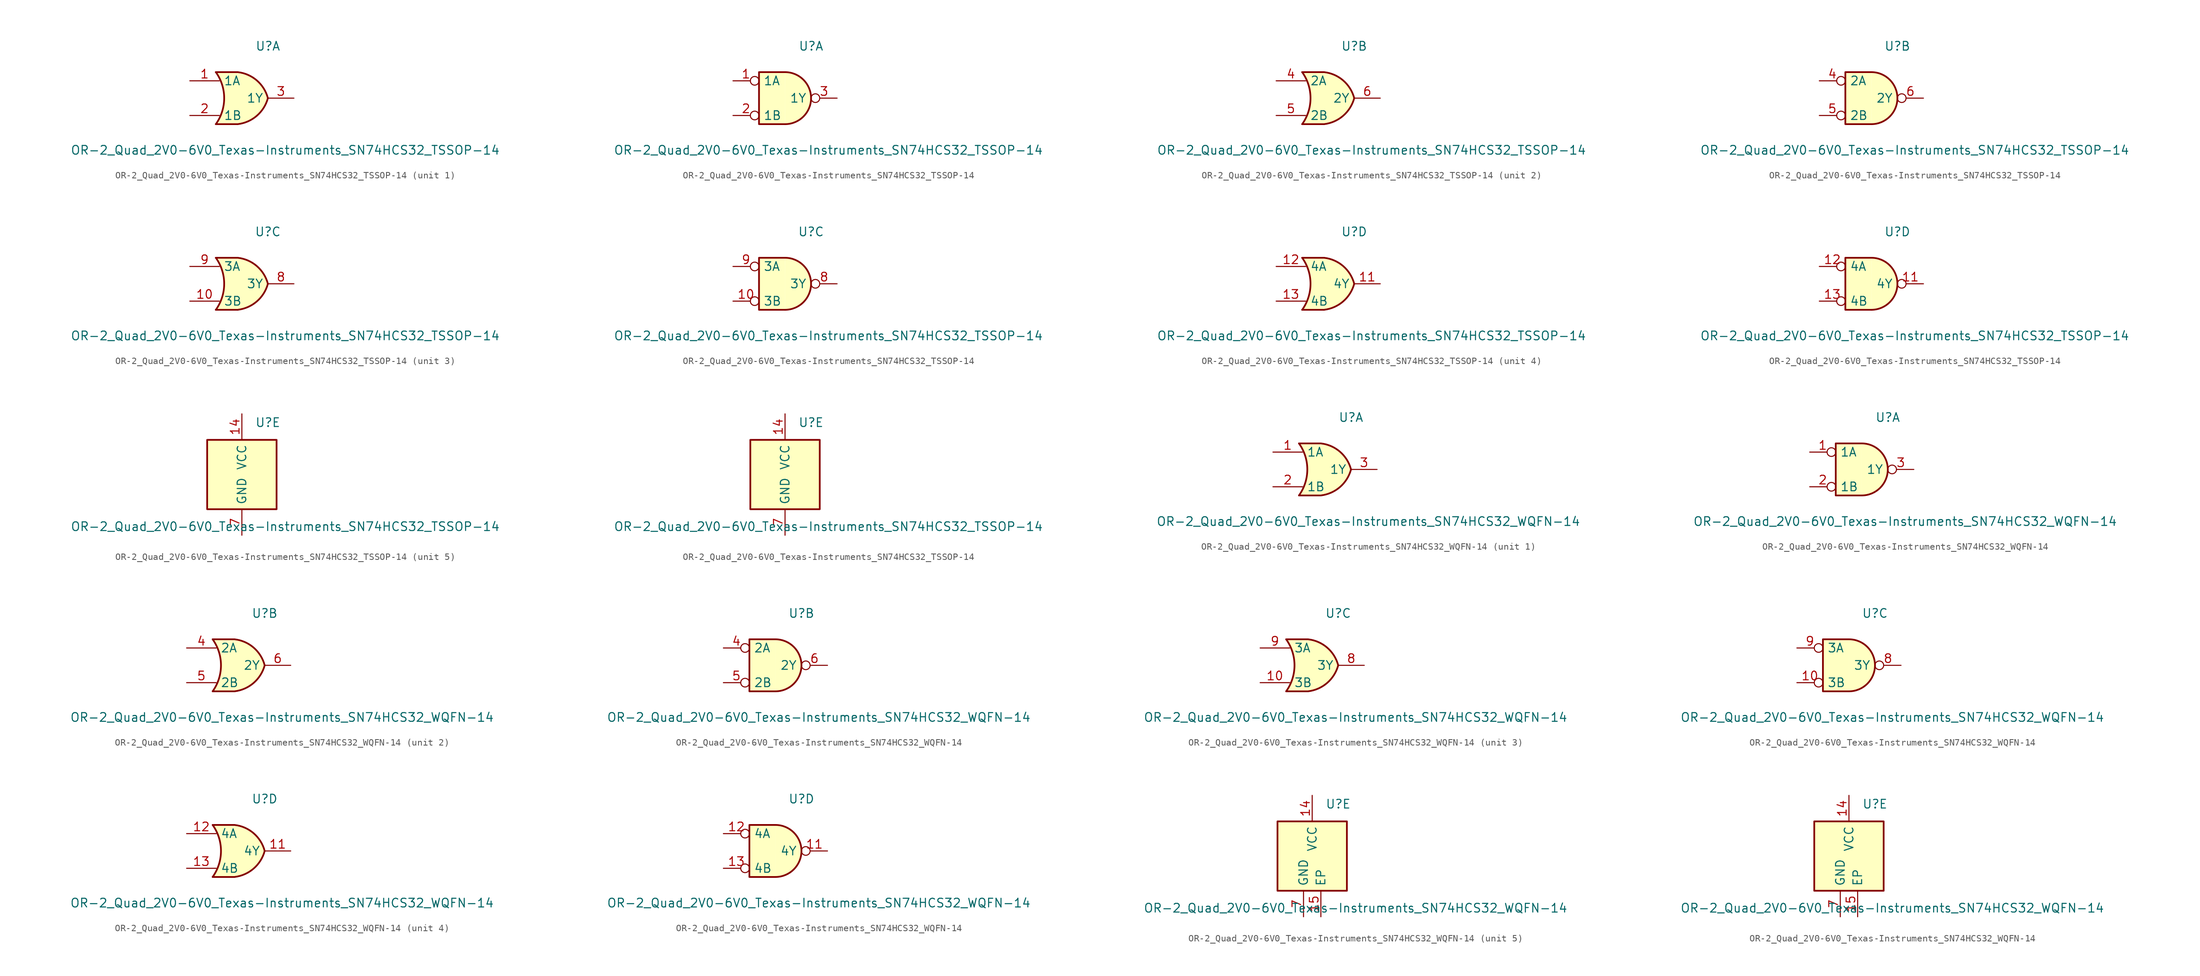
<source format=kicad_sym>
(kicad_symbol_lib
  (version 20220914)
  (generator kicad_symbol_editor)
  (symbol "OR-2_Quad_2V0-6V0_Texas-Instruments_SN74HCS32_TSSOP-14"
    (pin_names
      (offset 0.635))
    (property "Reference" "U"
      (at 3.81 7.62 0)
      (effects (font (size 1.27 1.27))))
    (property "Value" "OR-2_Quad_2V0-6V0_Texas-Instruments_SN74HCS32_TSSOP-14"
      (at 6.35 -7.62 0)
      (effects (font (size 1.27 1.27))))
    (property "ki_locked" ""
      (at 0 0 0)
      (effects (font (size 1.27 1.27))))
    (symbol "OR-2_Quad_2V0-6V0_Texas-Instruments_SN74HCS32_TSSOP-14_1_1"
      (arc (start -3.81 -3.81) (mid -2.589 0) (end -3.81 3.81) (stroke (width 0.254) (type default)) (fill (type none)))
      (arc (start -0.6096 -3.81) (mid 2.1842 -2.5851) (end 3.81 0) (stroke (width 0.254) (type default)) (fill (type background)))
      (polyline (pts (xy -3.81 -3.81) (xy -0.635 -3.81)) (stroke (width 0.254) (type default)) (fill (type background)))
      (polyline (pts (xy -3.81 3.81) (xy -0.635 3.81)) (stroke (width 0.254) (type default)) (fill (type background)))
      (polyline (pts (xy -0.635 3.81) (xy -3.81 3.81) (xy -3.81 3.81) (xy -3.556 3.404) (xy -3.023 2.261) (xy -2.692 1.041) (xy -2.616 -0.254) (xy -2.769 -1.499) (xy -3.175 -2.718) (xy -3.81 -3.81) (xy -3.81 -3.81) (xy -0.635 -3.81)) (stroke (width -25.4) (type default)) (fill (type background)))
      (arc (start 3.81 0) (mid 2.1915 2.5936) (end -0.6096 3.81) (stroke (width 0.254) (type default)) (fill (type background)))
      (pin input line (at -7.62 2.54 0) (length 4.318) (name "1A" (effects (font (size 1.27 1.27)))) (number "1" (effects (font (size 1.27 1.27)))))
      (pin input line (at -7.62 -2.54 0) (length 4.318) (name "1B" (effects (font (size 1.27 1.27)))) (number "2" (effects (font (size 1.27 1.27)))))
      (pin output line (at 7.62 0 180) (length 3.81) (name "1Y" (effects (font (size 1.27 1.27)))) (number "3" (effects (font (size 1.27 1.27))))))
    (symbol "OR-2_Quad_2V0-6V0_Texas-Instruments_SN74HCS32_TSSOP-14_1_2"
      (arc (start 0 -3.81) (mid 3.7934 0) (end 0 3.81) (stroke (width 0.254) (type default)) (fill (type background)))
      (polyline (pts (xy 0 3.81) (xy -3.81 3.81) (xy -3.81 -3.81) (xy 0 -3.81)) (stroke (width 0.254) (type default)) (fill (type background)))
      (pin input inverted (at -7.62 2.54 0) (length 3.81) (name "1A" (effects (font (size 1.27 1.27)))) (number "1" (effects (font (size 1.27 1.27)))))
      (pin input inverted (at -7.62 -2.54 0) (length 3.81) (name "1B" (effects (font (size 1.27 1.27)))) (number "2" (effects (font (size 1.27 1.27)))))
      (pin output inverted (at 7.62 0 180) (length 3.81) (name "1Y" (effects (font (size 1.27 1.27)))) (number "3" (effects (font (size 1.27 1.27))))))
    (symbol "OR-2_Quad_2V0-6V0_Texas-Instruments_SN74HCS32_TSSOP-14_2_1"
      (arc (start -3.81 -3.81) (mid -2.589 0) (end -3.81 3.81) (stroke (width 0.254) (type default)) (fill (type none)))
      (arc (start -0.6096 -3.81) (mid 2.1842 -2.5851) (end 3.81 0) (stroke (width 0.254) (type default)) (fill (type background)))
      (polyline (pts (xy -3.81 -3.81) (xy -0.635 -3.81)) (stroke (width 0.254) (type default)) (fill (type background)))
      (polyline (pts (xy -3.81 3.81) (xy -0.635 3.81)) (stroke (width 0.254) (type default)) (fill (type background)))
      (polyline (pts (xy -0.635 3.81) (xy -3.81 3.81) (xy -3.81 3.81) (xy -3.556 3.404) (xy -3.023 2.261) (xy -2.692 1.041) (xy -2.616 -0.254) (xy -2.769 -1.499) (xy -3.175 -2.718) (xy -3.81 -3.81) (xy -3.81 -3.81) (xy -0.635 -3.81)) (stroke (width -25.4) (type default)) (fill (type background)))
      (arc (start 3.81 0) (mid 2.1915 2.5936) (end -0.6096 3.81) (stroke (width 0.254) (type default)) (fill (type background)))
      (pin input line (at -7.62 2.54 0) (length 4.318) (name "2A" (effects (font (size 1.27 1.27)))) (number "4" (effects (font (size 1.27 1.27)))))
      (pin input line (at -7.62 -2.54 0) (length 4.318) (name "2B" (effects (font (size 1.27 1.27)))) (number "5" (effects (font (size 1.27 1.27)))))
      (pin output line (at 7.62 0 180) (length 3.81) (name "2Y" (effects (font (size 1.27 1.27)))) (number "6" (effects (font (size 1.27 1.27))))))
    (symbol "OR-2_Quad_2V0-6V0_Texas-Instruments_SN74HCS32_TSSOP-14_2_2"
      (arc (start 0 -3.81) (mid 3.7934 0) (end 0 3.81) (stroke (width 0.254) (type default)) (fill (type background)))
      (polyline (pts (xy 0 3.81) (xy -3.81 3.81) (xy -3.81 -3.81) (xy 0 -3.81)) (stroke (width 0.254) (type default)) (fill (type background)))
      (pin input inverted (at -7.62 2.54 0) (length 3.81) (name "2A" (effects (font (size 1.27 1.27)))) (number "4" (effects (font (size 1.27 1.27)))))
      (pin input inverted (at -7.62 -2.54 0) (length 3.81) (name "2B" (effects (font (size 1.27 1.27)))) (number "5" (effects (font (size 1.27 1.27)))))
      (pin output inverted (at 7.62 0 180) (length 3.81) (name "2Y" (effects (font (size 1.27 1.27)))) (number "6" (effects (font (size 1.27 1.27))))))
    (symbol "OR-2_Quad_2V0-6V0_Texas-Instruments_SN74HCS32_TSSOP-14_3_1"
      (arc (start -3.81 -3.81) (mid -2.589 0) (end -3.81 3.81) (stroke (width 0.254) (type default)) (fill (type none)))
      (arc (start -0.6096 -3.81) (mid 2.1842 -2.5851) (end 3.81 0) (stroke (width 0.254) (type default)) (fill (type background)))
      (polyline (pts (xy -3.81 -3.81) (xy -0.635 -3.81)) (stroke (width 0.254) (type default)) (fill (type background)))
      (polyline (pts (xy -3.81 3.81) (xy -0.635 3.81)) (stroke (width 0.254) (type default)) (fill (type background)))
      (polyline (pts (xy -0.635 3.81) (xy -3.81 3.81) (xy -3.81 3.81) (xy -3.556 3.404) (xy -3.023 2.261) (xy -2.692 1.041) (xy -2.616 -0.254) (xy -2.769 -1.499) (xy -3.175 -2.718) (xy -3.81 -3.81) (xy -3.81 -3.81) (xy -0.635 -3.81)) (stroke (width -25.4) (type default)) (fill (type background)))
      (arc (start 3.81 0) (mid 2.1915 2.5936) (end -0.6096 3.81) (stroke (width 0.254) (type default)) (fill (type background)))
      (pin input line (at -7.62 -2.54 0) (length 4.318) (name "3B" (effects (font (size 1.27 1.27)))) (number "10" (effects (font (size 1.27 1.27)))))
      (pin output line (at 7.62 0 180) (length 3.81) (name "3Y" (effects (font (size 1.27 1.27)))) (number "8" (effects (font (size 1.27 1.27)))))
      (pin input line (at -7.62 2.54 0) (length 4.318) (name "3A" (effects (font (size 1.27 1.27)))) (number "9" (effects (font (size 1.27 1.27))))))
    (symbol "OR-2_Quad_2V0-6V0_Texas-Instruments_SN74HCS32_TSSOP-14_3_2"
      (arc (start 0 -3.81) (mid 3.7934 0) (end 0 3.81) (stroke (width 0.254) (type default)) (fill (type background)))
      (polyline (pts (xy 0 3.81) (xy -3.81 3.81) (xy -3.81 -3.81) (xy 0 -3.81)) (stroke (width 0.254) (type default)) (fill (type background)))
      (pin input inverted (at -7.62 -2.54 0) (length 3.81) (name "3B" (effects (font (size 1.27 1.27)))) (number "10" (effects (font (size 1.27 1.27)))))
      (pin output inverted (at 7.62 0 180) (length 3.81) (name "3Y" (effects (font (size 1.27 1.27)))) (number "8" (effects (font (size 1.27 1.27)))))
      (pin input inverted (at -7.62 2.54 0) (length 3.81) (name "3A" (effects (font (size 1.27 1.27)))) (number "9" (effects (font (size 1.27 1.27))))))
    (symbol "OR-2_Quad_2V0-6V0_Texas-Instruments_SN74HCS32_TSSOP-14_4_1"
      (arc (start -3.81 -3.81) (mid -2.589 0) (end -3.81 3.81) (stroke (width 0.254) (type default)) (fill (type none)))
      (arc (start -0.6096 -3.81) (mid 2.1842 -2.5851) (end 3.81 0) (stroke (width 0.254) (type default)) (fill (type background)))
      (polyline (pts (xy -3.81 -3.81) (xy -0.635 -3.81)) (stroke (width 0.254) (type default)) (fill (type background)))
      (polyline (pts (xy -3.81 3.81) (xy -0.635 3.81)) (stroke (width 0.254) (type default)) (fill (type background)))
      (polyline (pts (xy -0.635 3.81) (xy -3.81 3.81) (xy -3.81 3.81) (xy -3.556 3.404) (xy -3.023 2.261) (xy -2.692 1.041) (xy -2.616 -0.254) (xy -2.769 -1.499) (xy -3.175 -2.718) (xy -3.81 -3.81) (xy -3.81 -3.81) (xy -0.635 -3.81)) (stroke (width -25.4) (type default)) (fill (type background)))
      (arc (start 3.81 0) (mid 2.1915 2.5936) (end -0.6096 3.81) (stroke (width 0.254) (type default)) (fill (type background)))
      (pin output line (at 7.62 0 180) (length 3.81) (name "4Y" (effects (font (size 1.27 1.27)))) (number "11" (effects (font (size 1.27 1.27)))))
      (pin input line (at -7.62 2.54 0) (length 4.318) (name "4A" (effects (font (size 1.27 1.27)))) (number "12" (effects (font (size 1.27 1.27)))))
      (pin input line (at -7.62 -2.54 0) (length 4.318) (name "4B" (effects (font (size 1.27 1.27)))) (number "13" (effects (font (size 1.27 1.27))))))
    (symbol "OR-2_Quad_2V0-6V0_Texas-Instruments_SN74HCS32_TSSOP-14_4_2"
      (arc (start 0 -3.81) (mid 3.7934 0) (end 0 3.81) (stroke (width 0.254) (type default)) (fill (type background)))
      (polyline (pts (xy 0 3.81) (xy -3.81 3.81) (xy -3.81 -3.81) (xy 0 -3.81)) (stroke (width 0.254) (type default)) (fill (type background)))
      (pin output inverted (at 7.62 0 180) (length 3.81) (name "4Y" (effects (font (size 1.27 1.27)))) (number "11" (effects (font (size 1.27 1.27)))))
      (pin input inverted (at -7.62 2.54 0) (length 3.81) (name "4A" (effects (font (size 1.27 1.27)))) (number "12" (effects (font (size 1.27 1.27)))))
      (pin input inverted (at -7.62 -2.54 0) (length 3.81) (name "4B" (effects (font (size 1.27 1.27)))) (number "13" (effects (font (size 1.27 1.27))))))
    (symbol "OR-2_Quad_2V0-6V0_Texas-Instruments_SN74HCS32_TSSOP-14_5_0"
      (pin power_in line (at 0 8.89 270) (length 3.81) (name "VCC" (effects (font (size 1.27 1.27)))) (number "14" (effects (font (size 1.27 1.27)))))
      (pin power_in line (at 0 -8.89 90) (length 3.81) (name "GND" (effects (font (size 1.27 1.27)))) (number "7" (effects (font (size 1.27 1.27))))))
    (symbol "OR-2_Quad_2V0-6V0_Texas-Instruments_SN74HCS32_TSSOP-14_5_1"
      (rectangle (start -5.08 5.08) (end 5.08 -5.08) (stroke (width 0.254) (type default)) (fill (type background))))
    (symbol "OR-2_Quad_2V0-6V0_Texas-Instruments_SN74HCS32_TSSOP-14_5_2"
      (rectangle (start -5.08 5.08) (end 5.08 -5.08) (stroke (width 0.254) (type default)) (fill (type background)))))
  (symbol "OR-2_Quad_2V0-6V0_Texas-Instruments_SN74HCS32_WQFN-14"
    (pin_names
      (offset 0.635))
    (property "Reference" "U"
      (at 3.81 7.62 0)
      (effects (font (size 1.27 1.27))))
    (property "Value" "OR-2_Quad_2V0-6V0_Texas-Instruments_SN74HCS32_WQFN-14"
      (at 6.35 -7.62 0)
      (effects (font (size 1.27 1.27))))
    (property "ki_locked" ""
      (at 0 0 0)
      (effects (font (size 1.27 1.27))))
    (symbol "OR-2_Quad_2V0-6V0_Texas-Instruments_SN74HCS32_WQFN-14_1_1"
      (arc (start -3.81 -3.81) (mid -2.589 0) (end -3.81 3.81) (stroke (width 0.254) (type default)) (fill (type none)))
      (arc (start -0.6096 -3.81) (mid 2.1842 -2.5851) (end 3.81 0) (stroke (width 0.254) (type default)) (fill (type background)))
      (polyline (pts (xy -3.81 -3.81) (xy -0.635 -3.81)) (stroke (width 0.254) (type default)) (fill (type background)))
      (polyline (pts (xy -3.81 3.81) (xy -0.635 3.81)) (stroke (width 0.254) (type default)) (fill (type background)))
      (polyline (pts (xy -0.635 3.81) (xy -3.81 3.81) (xy -3.81 3.81) (xy -3.556 3.404) (xy -3.023 2.261) (xy -2.692 1.041) (xy -2.616 -0.254) (xy -2.769 -1.499) (xy -3.175 -2.718) (xy -3.81 -3.81) (xy -3.81 -3.81) (xy -0.635 -3.81)) (stroke (width -25.4) (type default)) (fill (type background)))
      (arc (start 3.81 0) (mid 2.1915 2.5936) (end -0.6096 3.81) (stroke (width 0.254) (type default)) (fill (type background)))
      (pin input line (at -7.62 2.54 0) (length 4.318) (name "1A" (effects (font (size 1.27 1.27)))) (number "1" (effects (font (size 1.27 1.27)))))
      (pin input line (at -7.62 -2.54 0) (length 4.318) (name "1B" (effects (font (size 1.27 1.27)))) (number "2" (effects (font (size 1.27 1.27)))))
      (pin output line (at 7.62 0 180) (length 3.81) (name "1Y" (effects (font (size 1.27 1.27)))) (number "3" (effects (font (size 1.27 1.27))))))
    (symbol "OR-2_Quad_2V0-6V0_Texas-Instruments_SN74HCS32_WQFN-14_1_2"
      (arc (start 0 -3.81) (mid 3.7934 0) (end 0 3.81) (stroke (width 0.254) (type default)) (fill (type background)))
      (polyline (pts (xy 0 3.81) (xy -3.81 3.81) (xy -3.81 -3.81) (xy 0 -3.81)) (stroke (width 0.254) (type default)) (fill (type background)))
      (pin input inverted (at -7.62 2.54 0) (length 3.81) (name "1A" (effects (font (size 1.27 1.27)))) (number "1" (effects (font (size 1.27 1.27)))))
      (pin input inverted (at -7.62 -2.54 0) (length 3.81) (name "1B" (effects (font (size 1.27 1.27)))) (number "2" (effects (font (size 1.27 1.27)))))
      (pin output inverted (at 7.62 0 180) (length 3.81) (name "1Y" (effects (font (size 1.27 1.27)))) (number "3" (effects (font (size 1.27 1.27))))))
    (symbol "OR-2_Quad_2V0-6V0_Texas-Instruments_SN74HCS32_WQFN-14_2_1"
      (arc (start -3.81 -3.81) (mid -2.589 0) (end -3.81 3.81) (stroke (width 0.254) (type default)) (fill (type none)))
      (arc (start -0.6096 -3.81) (mid 2.1842 -2.5851) (end 3.81 0) (stroke (width 0.254) (type default)) (fill (type background)))
      (polyline (pts (xy -3.81 -3.81) (xy -0.635 -3.81)) (stroke (width 0.254) (type default)) (fill (type background)))
      (polyline (pts (xy -3.81 3.81) (xy -0.635 3.81)) (stroke (width 0.254) (type default)) (fill (type background)))
      (polyline (pts (xy -0.635 3.81) (xy -3.81 3.81) (xy -3.81 3.81) (xy -3.556 3.404) (xy -3.023 2.261) (xy -2.692 1.041) (xy -2.616 -0.254) (xy -2.769 -1.499) (xy -3.175 -2.718) (xy -3.81 -3.81) (xy -3.81 -3.81) (xy -0.635 -3.81)) (stroke (width -25.4) (type default)) (fill (type background)))
      (arc (start 3.81 0) (mid 2.1915 2.5936) (end -0.6096 3.81) (stroke (width 0.254) (type default)) (fill (type background)))
      (pin input line (at -7.62 2.54 0) (length 4.318) (name "2A" (effects (font (size 1.27 1.27)))) (number "4" (effects (font (size 1.27 1.27)))))
      (pin input line (at -7.62 -2.54 0) (length 4.318) (name "2B" (effects (font (size 1.27 1.27)))) (number "5" (effects (font (size 1.27 1.27)))))
      (pin output line (at 7.62 0 180) (length 3.81) (name "2Y" (effects (font (size 1.27 1.27)))) (number "6" (effects (font (size 1.27 1.27))))))
    (symbol "OR-2_Quad_2V0-6V0_Texas-Instruments_SN74HCS32_WQFN-14_2_2"
      (arc (start 0 -3.81) (mid 3.7934 0) (end 0 3.81) (stroke (width 0.254) (type default)) (fill (type background)))
      (polyline (pts (xy 0 3.81) (xy -3.81 3.81) (xy -3.81 -3.81) (xy 0 -3.81)) (stroke (width 0.254) (type default)) (fill (type background)))
      (pin input inverted (at -7.62 2.54 0) (length 3.81) (name "2A" (effects (font (size 1.27 1.27)))) (number "4" (effects (font (size 1.27 1.27)))))
      (pin input inverted (at -7.62 -2.54 0) (length 3.81) (name "2B" (effects (font (size 1.27 1.27)))) (number "5" (effects (font (size 1.27 1.27)))))
      (pin output inverted (at 7.62 0 180) (length 3.81) (name "2Y" (effects (font (size 1.27 1.27)))) (number "6" (effects (font (size 1.27 1.27))))))
    (symbol "OR-2_Quad_2V0-6V0_Texas-Instruments_SN74HCS32_WQFN-14_3_1"
      (arc (start -3.81 -3.81) (mid -2.589 0) (end -3.81 3.81) (stroke (width 0.254) (type default)) (fill (type none)))
      (arc (start -0.6096 -3.81) (mid 2.1842 -2.5851) (end 3.81 0) (stroke (width 0.254) (type default)) (fill (type background)))
      (polyline (pts (xy -3.81 -3.81) (xy -0.635 -3.81)) (stroke (width 0.254) (type default)) (fill (type background)))
      (polyline (pts (xy -3.81 3.81) (xy -0.635 3.81)) (stroke (width 0.254) (type default)) (fill (type background)))
      (polyline (pts (xy -0.635 3.81) (xy -3.81 3.81) (xy -3.81 3.81) (xy -3.556 3.404) (xy -3.023 2.261) (xy -2.692 1.041) (xy -2.616 -0.254) (xy -2.769 -1.499) (xy -3.175 -2.718) (xy -3.81 -3.81) (xy -3.81 -3.81) (xy -0.635 -3.81)) (stroke (width -25.4) (type default)) (fill (type background)))
      (arc (start 3.81 0) (mid 2.1915 2.5936) (end -0.6096 3.81) (stroke (width 0.254) (type default)) (fill (type background)))
      (pin input line (at -7.62 -2.54 0) (length 4.318) (name "3B" (effects (font (size 1.27 1.27)))) (number "10" (effects (font (size 1.27 1.27)))))
      (pin output line (at 7.62 0 180) (length 3.81) (name "3Y" (effects (font (size 1.27 1.27)))) (number "8" (effects (font (size 1.27 1.27)))))
      (pin input line (at -7.62 2.54 0) (length 4.318) (name "3A" (effects (font (size 1.27 1.27)))) (number "9" (effects (font (size 1.27 1.27))))))
    (symbol "OR-2_Quad_2V0-6V0_Texas-Instruments_SN74HCS32_WQFN-14_3_2"
      (arc (start 0 -3.81) (mid 3.7934 0) (end 0 3.81) (stroke (width 0.254) (type default)) (fill (type background)))
      (polyline (pts (xy 0 3.81) (xy -3.81 3.81) (xy -3.81 -3.81) (xy 0 -3.81)) (stroke (width 0.254) (type default)) (fill (type background)))
      (pin input inverted (at -7.62 -2.54 0) (length 3.81) (name "3B" (effects (font (size 1.27 1.27)))) (number "10" (effects (font (size 1.27 1.27)))))
      (pin output inverted (at 7.62 0 180) (length 3.81) (name "3Y" (effects (font (size 1.27 1.27)))) (number "8" (effects (font (size 1.27 1.27)))))
      (pin input inverted (at -7.62 2.54 0) (length 3.81) (name "3A" (effects (font (size 1.27 1.27)))) (number "9" (effects (font (size 1.27 1.27))))))
    (symbol "OR-2_Quad_2V0-6V0_Texas-Instruments_SN74HCS32_WQFN-14_4_1"
      (arc (start -3.81 -3.81) (mid -2.589 0) (end -3.81 3.81) (stroke (width 0.254) (type default)) (fill (type none)))
      (arc (start -0.6096 -3.81) (mid 2.1842 -2.5851) (end 3.81 0) (stroke (width 0.254) (type default)) (fill (type background)))
      (polyline (pts (xy -3.81 -3.81) (xy -0.635 -3.81)) (stroke (width 0.254) (type default)) (fill (type background)))
      (polyline (pts (xy -3.81 3.81) (xy -0.635 3.81)) (stroke (width 0.254) (type default)) (fill (type background)))
      (polyline (pts (xy -0.635 3.81) (xy -3.81 3.81) (xy -3.81 3.81) (xy -3.556 3.404) (xy -3.023 2.261) (xy -2.692 1.041) (xy -2.616 -0.254) (xy -2.769 -1.499) (xy -3.175 -2.718) (xy -3.81 -3.81) (xy -3.81 -3.81) (xy -0.635 -3.81)) (stroke (width -25.4) (type default)) (fill (type background)))
      (arc (start 3.81 0) (mid 2.1915 2.5936) (end -0.6096 3.81) (stroke (width 0.254) (type default)) (fill (type background)))
      (pin output line (at 7.62 0 180) (length 3.81) (name "4Y" (effects (font (size 1.27 1.27)))) (number "11" (effects (font (size 1.27 1.27)))))
      (pin input line (at -7.62 2.54 0) (length 4.318) (name "4A" (effects (font (size 1.27 1.27)))) (number "12" (effects (font (size 1.27 1.27)))))
      (pin input line (at -7.62 -2.54 0) (length 4.318) (name "4B" (effects (font (size 1.27 1.27)))) (number "13" (effects (font (size 1.27 1.27))))))
    (symbol "OR-2_Quad_2V0-6V0_Texas-Instruments_SN74HCS32_WQFN-14_4_2"
      (arc (start 0 -3.81) (mid 3.7934 0) (end 0 3.81) (stroke (width 0.254) (type default)) (fill (type background)))
      (polyline (pts (xy 0 3.81) (xy -3.81 3.81) (xy -3.81 -3.81) (xy 0 -3.81)) (stroke (width 0.254) (type default)) (fill (type background)))
      (pin output inverted (at 7.62 0 180) (length 3.81) (name "4Y" (effects (font (size 1.27 1.27)))) (number "11" (effects (font (size 1.27 1.27)))))
      (pin input inverted (at -7.62 2.54 0) (length 3.81) (name "4A" (effects (font (size 1.27 1.27)))) (number "12" (effects (font (size 1.27 1.27)))))
      (pin input inverted (at -7.62 -2.54 0) (length 3.81) (name "4B" (effects (font (size 1.27 1.27)))) (number "13" (effects (font (size 1.27 1.27))))))
    (symbol "OR-2_Quad_2V0-6V0_Texas-Instruments_SN74HCS32_WQFN-14_5_0"
      (pin power_in line (at 0 8.89 270) (length 3.81) (name "VCC" (effects (font (size 1.27 1.27)))) (number "14" (effects (font (size 1.27 1.27)))))
      (pin passive line (at 1.27 -8.89 90) (length 3.81) (name "EP" (effects (font (size 1.27 1.27)))) (number "15" (effects (font (size 1.27 1.27)))))
      (pin power_in line (at -1.27 -8.89 90) (length 3.81) (name "GND" (effects (font (size 1.27 1.27)))) (number "7" (effects (font (size 1.27 1.27))))))
    (symbol "OR-2_Quad_2V0-6V0_Texas-Instruments_SN74HCS32_WQFN-14_5_1"
      (rectangle (start -5.08 5.08) (end 5.08 -5.08) (stroke (width 0.254) (type default)) (fill (type background))))
    (symbol "OR-2_Quad_2V0-6V0_Texas-Instruments_SN74HCS32_WQFN-14_5_2"
      (rectangle (start -5.08 5.08) (end 5.08 -5.08) (stroke (width 0.254) (type default)) (fill (type background))))))
</source>
